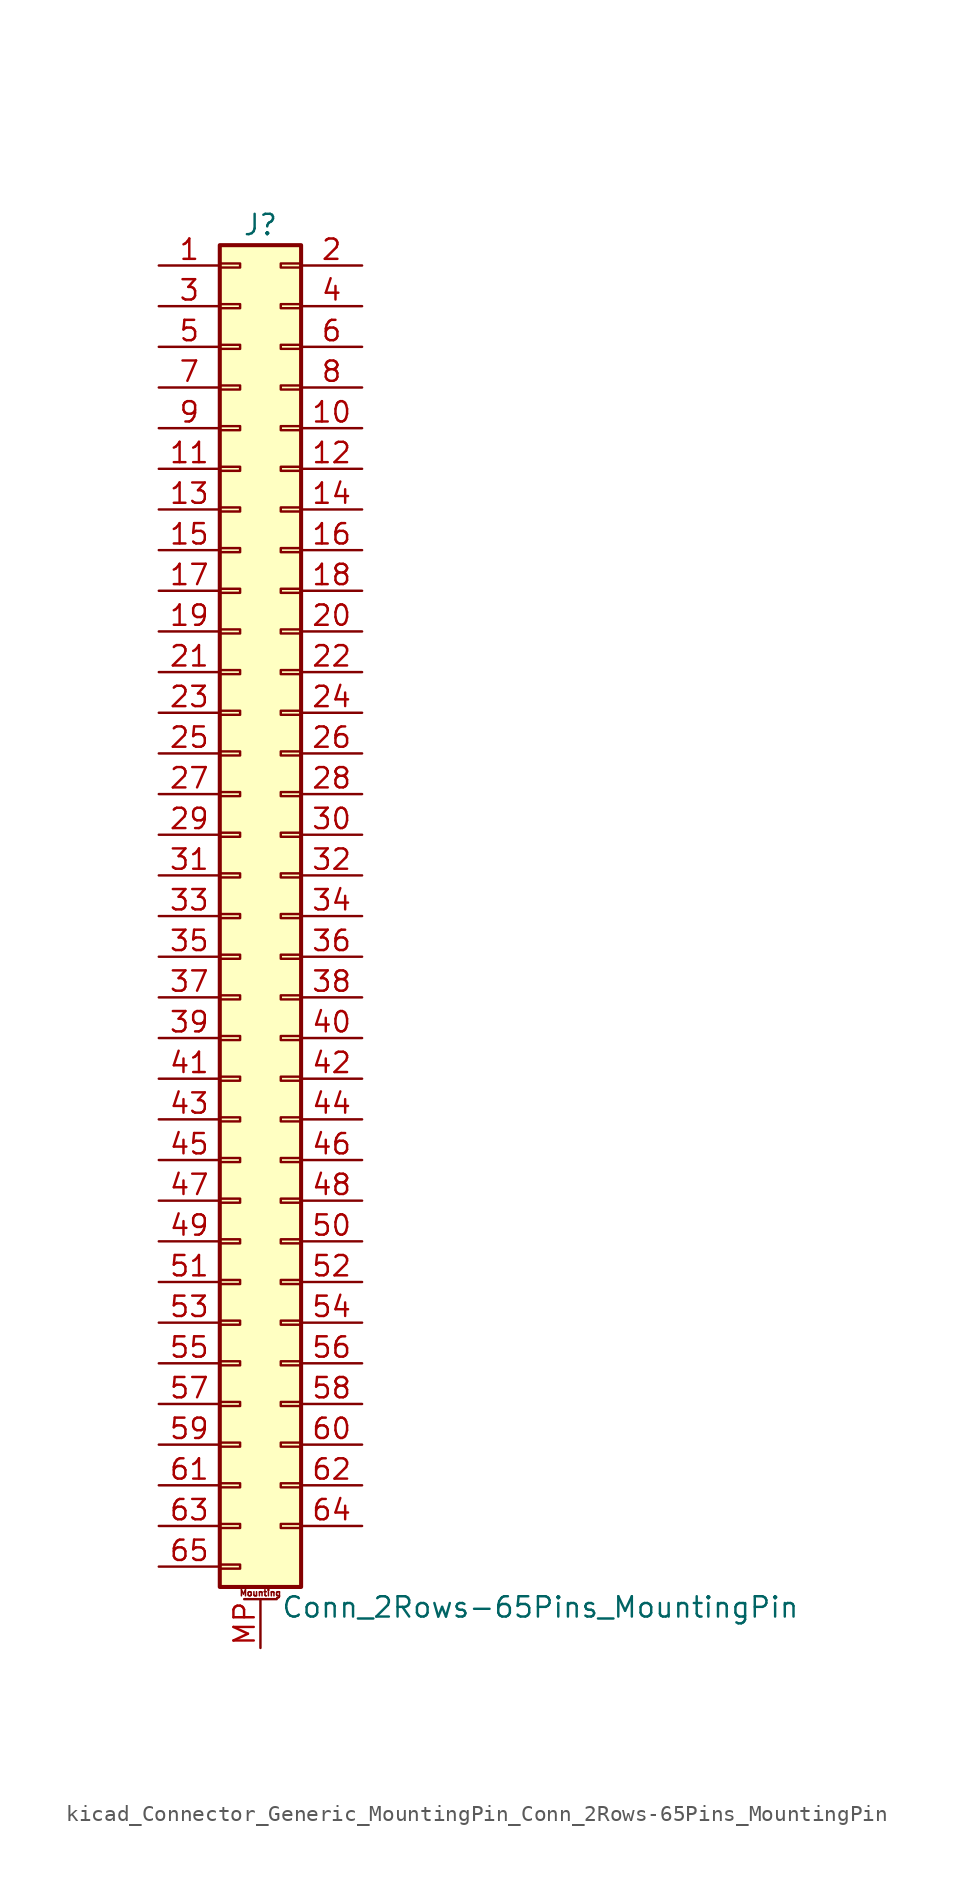
<source format=kicad_sym>
(kicad_symbol_lib
  (version 20220914)
  (generator kicad_symbol_editor)
  (symbol "kicad_Connector_Generic_MountingPin_Conn_2Rows-65Pins_MountingPin"
    (pin_names
      (offset 1.016) hide)
    (property "Reference" "J"
      (at 1.27 43.18 0)
      (effects (font (size 1.27 1.27))))
    (property "Value" "Conn_2Rows-65Pins_MountingPin"
      (at 2.54 -43.18 0)
      (effects (font (size 1.27 1.27)) (justify left)))
    (symbol "kicad_Connector_Generic_MountingPin_Conn_2Rows-65Pins_MountingPin_1_1"
      (rectangle (start -1.27 -40.513) (end 0 -40.767) (stroke (width 0.152) (type default)) (fill (type none)))
      (rectangle (start -1.27 -37.973) (end 0 -38.227) (stroke (width 0.152) (type default)) (fill (type none)))
      (rectangle (start -1.27 -35.433) (end 0 -35.687) (stroke (width 0.152) (type default)) (fill (type none)))
      (rectangle (start -1.27 -32.893) (end 0 -33.147) (stroke (width 0.152) (type default)) (fill (type none)))
      (rectangle (start -1.27 -30.353) (end 0 -30.607) (stroke (width 0.152) (type default)) (fill (type none)))
      (rectangle (start -1.27 -27.813) (end 0 -28.067) (stroke (width 0.152) (type default)) (fill (type none)))
      (rectangle (start -1.27 -25.273) (end 0 -25.527) (stroke (width 0.152) (type default)) (fill (type none)))
      (rectangle (start -1.27 -22.733) (end 0 -22.987) (stroke (width 0.152) (type default)) (fill (type none)))
      (rectangle (start -1.27 -20.193) (end 0 -20.447) (stroke (width 0.152) (type default)) (fill (type none)))
      (rectangle (start -1.27 -17.653) (end 0 -17.907) (stroke (width 0.152) (type default)) (fill (type none)))
      (rectangle (start -1.27 -15.113) (end 0 -15.367) (stroke (width 0.152) (type default)) (fill (type none)))
      (rectangle (start -1.27 -12.573) (end 0 -12.827) (stroke (width 0.152) (type default)) (fill (type none)))
      (rectangle (start -1.27 -10.033) (end 0 -10.287) (stroke (width 0.152) (type default)) (fill (type none)))
      (rectangle (start -1.27 -7.493) (end 0 -7.747) (stroke (width 0.152) (type default)) (fill (type none)))
      (rectangle (start -1.27 -4.953) (end 0 -5.207) (stroke (width 0.152) (type default)) (fill (type none)))
      (rectangle (start -1.27 -2.413) (end 0 -2.667) (stroke (width 0.152) (type default)) (fill (type none)))
      (rectangle (start -1.27 0.127) (end 0 -0.127) (stroke (width 0.152) (type default)) (fill (type none)))
      (rectangle (start -1.27 2.667) (end 0 2.413) (stroke (width 0.152) (type default)) (fill (type none)))
      (rectangle (start -1.27 5.207) (end 0 4.953) (stroke (width 0.152) (type default)) (fill (type none)))
      (rectangle (start -1.27 7.747) (end 0 7.493) (stroke (width 0.152) (type default)) (fill (type none)))
      (rectangle (start -1.27 10.287) (end 0 10.033) (stroke (width 0.152) (type default)) (fill (type none)))
      (rectangle (start -1.27 12.827) (end 0 12.573) (stroke (width 0.152) (type default)) (fill (type none)))
      (rectangle (start -1.27 15.367) (end 0 15.113) (stroke (width 0.152) (type default)) (fill (type none)))
      (rectangle (start -1.27 17.907) (end 0 17.653) (stroke (width 0.152) (type default)) (fill (type none)))
      (rectangle (start -1.27 20.447) (end 0 20.193) (stroke (width 0.152) (type default)) (fill (type none)))
      (rectangle (start -1.27 22.987) (end 0 22.733) (stroke (width 0.152) (type default)) (fill (type none)))
      (rectangle (start -1.27 25.527) (end 0 25.273) (stroke (width 0.152) (type default)) (fill (type none)))
      (rectangle (start -1.27 28.067) (end 0 27.813) (stroke (width 0.152) (type default)) (fill (type none)))
      (rectangle (start -1.27 30.607) (end 0 30.353) (stroke (width 0.152) (type default)) (fill (type none)))
      (rectangle (start -1.27 33.147) (end 0 32.893) (stroke (width 0.152) (type default)) (fill (type none)))
      (rectangle (start -1.27 35.687) (end 0 35.433) (stroke (width 0.152) (type default)) (fill (type none)))
      (rectangle (start -1.27 38.227) (end 0 37.973) (stroke (width 0.152) (type default)) (fill (type none)))
      (rectangle (start -1.27 40.767) (end 0 40.513) (stroke (width 0.152) (type default)) (fill (type none)))
      (rectangle (start -1.27 41.91) (end 3.81 -41.91) (stroke (width 0.254) (type default)) (fill (type background)))
      (polyline (pts (xy 0.254 -42.672) (xy 2.286 -42.672)) (stroke (width 0.152) (type default)) (fill (type none)))
      (rectangle (start 3.81 -37.973) (end 2.54 -38.227) (stroke (width 0.152) (type default)) (fill (type none)))
      (rectangle (start 3.81 -35.433) (end 2.54 -35.687) (stroke (width 0.152) (type default)) (fill (type none)))
      (rectangle (start 3.81 -32.893) (end 2.54 -33.147) (stroke (width 0.152) (type default)) (fill (type none)))
      (rectangle (start 3.81 -30.353) (end 2.54 -30.607) (stroke (width 0.152) (type default)) (fill (type none)))
      (rectangle (start 3.81 -27.813) (end 2.54 -28.067) (stroke (width 0.152) (type default)) (fill (type none)))
      (rectangle (start 3.81 -25.273) (end 2.54 -25.527) (stroke (width 0.152) (type default)) (fill (type none)))
      (rectangle (start 3.81 -22.733) (end 2.54 -22.987) (stroke (width 0.152) (type default)) (fill (type none)))
      (rectangle (start 3.81 -20.193) (end 2.54 -20.447) (stroke (width 0.152) (type default)) (fill (type none)))
      (rectangle (start 3.81 -17.653) (end 2.54 -17.907) (stroke (width 0.152) (type default)) (fill (type none)))
      (rectangle (start 3.81 -15.113) (end 2.54 -15.367) (stroke (width 0.152) (type default)) (fill (type none)))
      (rectangle (start 3.81 -12.573) (end 2.54 -12.827) (stroke (width 0.152) (type default)) (fill (type none)))
      (rectangle (start 3.81 -10.033) (end 2.54 -10.287) (stroke (width 0.152) (type default)) (fill (type none)))
      (rectangle (start 3.81 -7.493) (end 2.54 -7.747) (stroke (width 0.152) (type default)) (fill (type none)))
      (rectangle (start 3.81 -4.953) (end 2.54 -5.207) (stroke (width 0.152) (type default)) (fill (type none)))
      (rectangle (start 3.81 -2.413) (end 2.54 -2.667) (stroke (width 0.152) (type default)) (fill (type none)))
      (rectangle (start 3.81 0.127) (end 2.54 -0.127) (stroke (width 0.152) (type default)) (fill (type none)))
      (rectangle (start 3.81 2.667) (end 2.54 2.413) (stroke (width 0.152) (type default)) (fill (type none)))
      (rectangle (start 3.81 5.207) (end 2.54 4.953) (stroke (width 0.152) (type default)) (fill (type none)))
      (rectangle (start 3.81 7.747) (end 2.54 7.493) (stroke (width 0.152) (type default)) (fill (type none)))
      (rectangle (start 3.81 10.287) (end 2.54 10.033) (stroke (width 0.152) (type default)) (fill (type none)))
      (rectangle (start 3.81 12.827) (end 2.54 12.573) (stroke (width 0.152) (type default)) (fill (type none)))
      (rectangle (start 3.81 15.367) (end 2.54 15.113) (stroke (width 0.152) (type default)) (fill (type none)))
      (rectangle (start 3.81 17.907) (end 2.54 17.653) (stroke (width 0.152) (type default)) (fill (type none)))
      (rectangle (start 3.81 20.447) (end 2.54 20.193) (stroke (width 0.152) (type default)) (fill (type none)))
      (rectangle (start 3.81 22.987) (end 2.54 22.733) (stroke (width 0.152) (type default)) (fill (type none)))
      (rectangle (start 3.81 25.527) (end 2.54 25.273) (stroke (width 0.152) (type default)) (fill (type none)))
      (rectangle (start 3.81 28.067) (end 2.54 27.813) (stroke (width 0.152) (type default)) (fill (type none)))
      (rectangle (start 3.81 30.607) (end 2.54 30.353) (stroke (width 0.152) (type default)) (fill (type none)))
      (rectangle (start 3.81 33.147) (end 2.54 32.893) (stroke (width 0.152) (type default)) (fill (type none)))
      (rectangle (start 3.81 35.687) (end 2.54 35.433) (stroke (width 0.152) (type default)) (fill (type none)))
      (rectangle (start 3.81 38.227) (end 2.54 37.973) (stroke (width 0.152) (type default)) (fill (type none)))
      (rectangle (start 3.81 40.767) (end 2.54 40.513) (stroke (width 0.152) (type default)) (fill (type none)))
      (text "Mounting" (at 1.27 -42.291 0) (effects (font (size 0.381 0.381))))
      (pin passive line (at -5.08 40.64 0) (length 3.81) (name "Pin_1" (effects (font (size 1.27 1.27)))) (number "1" (effects (font (size 1.27 1.27)))))
      (pin passive line (at 7.62 30.48 180) (length 3.81) (name "Pin_10" (effects (font (size 1.27 1.27)))) (number "10" (effects (font (size 1.27 1.27)))))
      (pin passive line (at -5.08 27.94 0) (length 3.81) (name "Pin_11" (effects (font (size 1.27 1.27)))) (number "11" (effects (font (size 1.27 1.27)))))
      (pin passive line (at 7.62 27.94 180) (length 3.81) (name "Pin_12" (effects (font (size 1.27 1.27)))) (number "12" (effects (font (size 1.27 1.27)))))
      (pin passive line (at -5.08 25.4 0) (length 3.81) (name "Pin_13" (effects (font (size 1.27 1.27)))) (number "13" (effects (font (size 1.27 1.27)))))
      (pin passive line (at 7.62 25.4 180) (length 3.81) (name "Pin_14" (effects (font (size 1.27 1.27)))) (number "14" (effects (font (size 1.27 1.27)))))
      (pin passive line (at -5.08 22.86 0) (length 3.81) (name "Pin_15" (effects (font (size 1.27 1.27)))) (number "15" (effects (font (size 1.27 1.27)))))
      (pin passive line (at 7.62 22.86 180) (length 3.81) (name "Pin_16" (effects (font (size 1.27 1.27)))) (number "16" (effects (font (size 1.27 1.27)))))
      (pin passive line (at -5.08 20.32 0) (length 3.81) (name "Pin_17" (effects (font (size 1.27 1.27)))) (number "17" (effects (font (size 1.27 1.27)))))
      (pin passive line (at 7.62 20.32 180) (length 3.81) (name "Pin_18" (effects (font (size 1.27 1.27)))) (number "18" (effects (font (size 1.27 1.27)))))
      (pin passive line (at -5.08 17.78 0) (length 3.81) (name "Pin_19" (effects (font (size 1.27 1.27)))) (number "19" (effects (font (size 1.27 1.27)))))
      (pin passive line (at 7.62 40.64 180) (length 3.81) (name "Pin_2" (effects (font (size 1.27 1.27)))) (number "2" (effects (font (size 1.27 1.27)))))
      (pin passive line (at 7.62 17.78 180) (length 3.81) (name "Pin_20" (effects (font (size 1.27 1.27)))) (number "20" (effects (font (size 1.27 1.27)))))
      (pin passive line (at -5.08 15.24 0) (length 3.81) (name "Pin_21" (effects (font (size 1.27 1.27)))) (number "21" (effects (font (size 1.27 1.27)))))
      (pin passive line (at 7.62 15.24 180) (length 3.81) (name "Pin_22" (effects (font (size 1.27 1.27)))) (number "22" (effects (font (size 1.27 1.27)))))
      (pin passive line (at -5.08 12.7 0) (length 3.81) (name "Pin_23" (effects (font (size 1.27 1.27)))) (number "23" (effects (font (size 1.27 1.27)))))
      (pin passive line (at 7.62 12.7 180) (length 3.81) (name "Pin_24" (effects (font (size 1.27 1.27)))) (number "24" (effects (font (size 1.27 1.27)))))
      (pin passive line (at -5.08 10.16 0) (length 3.81) (name "Pin_25" (effects (font (size 1.27 1.27)))) (number "25" (effects (font (size 1.27 1.27)))))
      (pin passive line (at 7.62 10.16 180) (length 3.81) (name "Pin_26" (effects (font (size 1.27 1.27)))) (number "26" (effects (font (size 1.27 1.27)))))
      (pin passive line (at -5.08 7.62 0) (length 3.81) (name "Pin_27" (effects (font (size 1.27 1.27)))) (number "27" (effects (font (size 1.27 1.27)))))
      (pin passive line (at 7.62 7.62 180) (length 3.81) (name "Pin_28" (effects (font (size 1.27 1.27)))) (number "28" (effects (font (size 1.27 1.27)))))
      (pin passive line (at -5.08 5.08 0) (length 3.81) (name "Pin_29" (effects (font (size 1.27 1.27)))) (number "29" (effects (font (size 1.27 1.27)))))
      (pin passive line (at -5.08 38.1 0) (length 3.81) (name "Pin_3" (effects (font (size 1.27 1.27)))) (number "3" (effects (font (size 1.27 1.27)))))
      (pin passive line (at 7.62 5.08 180) (length 3.81) (name "Pin_30" (effects (font (size 1.27 1.27)))) (number "30" (effects (font (size 1.27 1.27)))))
      (pin passive line (at -5.08 2.54 0) (length 3.81) (name "Pin_31" (effects (font (size 1.27 1.27)))) (number "31" (effects (font (size 1.27 1.27)))))
      (pin passive line (at 7.62 2.54 180) (length 3.81) (name "Pin_32" (effects (font (size 1.27 1.27)))) (number "32" (effects (font (size 1.27 1.27)))))
      (pin passive line (at -5.08 0 0) (length 3.81) (name "Pin_33" (effects (font (size 1.27 1.27)))) (number "33" (effects (font (size 1.27 1.27)))))
      (pin passive line (at 7.62 0 180) (length 3.81) (name "Pin_34" (effects (font (size 1.27 1.27)))) (number "34" (effects (font (size 1.27 1.27)))))
      (pin passive line (at -5.08 -2.54 0) (length 3.81) (name "Pin_35" (effects (font (size 1.27 1.27)))) (number "35" (effects (font (size 1.27 1.27)))))
      (pin passive line (at 7.62 -2.54 180) (length 3.81) (name "Pin_36" (effects (font (size 1.27 1.27)))) (number "36" (effects (font (size 1.27 1.27)))))
      (pin passive line (at -5.08 -5.08 0) (length 3.81) (name "Pin_37" (effects (font (size 1.27 1.27)))) (number "37" (effects (font (size 1.27 1.27)))))
      (pin passive line (at 7.62 -5.08 180) (length 3.81) (name "Pin_38" (effects (font (size 1.27 1.27)))) (number "38" (effects (font (size 1.27 1.27)))))
      (pin passive line (at -5.08 -7.62 0) (length 3.81) (name "Pin_39" (effects (font (size 1.27 1.27)))) (number "39" (effects (font (size 1.27 1.27)))))
      (pin passive line (at 7.62 38.1 180) (length 3.81) (name "Pin_4" (effects (font (size 1.27 1.27)))) (number "4" (effects (font (size 1.27 1.27)))))
      (pin passive line (at 7.62 -7.62 180) (length 3.81) (name "Pin_40" (effects (font (size 1.27 1.27)))) (number "40" (effects (font (size 1.27 1.27)))))
      (pin passive line (at -5.08 -10.16 0) (length 3.81) (name "Pin_41" (effects (font (size 1.27 1.27)))) (number "41" (effects (font (size 1.27 1.27)))))
      (pin passive line (at 7.62 -10.16 180) (length 3.81) (name "Pin_42" (effects (font (size 1.27 1.27)))) (number "42" (effects (font (size 1.27 1.27)))))
      (pin passive line (at -5.08 -12.7 0) (length 3.81) (name "Pin_43" (effects (font (size 1.27 1.27)))) (number "43" (effects (font (size 1.27 1.27)))))
      (pin passive line (at 7.62 -12.7 180) (length 3.81) (name "Pin_44" (effects (font (size 1.27 1.27)))) (number "44" (effects (font (size 1.27 1.27)))))
      (pin passive line (at -5.08 -15.24 0) (length 3.81) (name "Pin_45" (effects (font (size 1.27 1.27)))) (number "45" (effects (font (size 1.27 1.27)))))
      (pin passive line (at 7.62 -15.24 180) (length 3.81) (name "Pin_46" (effects (font (size 1.27 1.27)))) (number "46" (effects (font (size 1.27 1.27)))))
      (pin passive line (at -5.08 -17.78 0) (length 3.81) (name "Pin_47" (effects (font (size 1.27 1.27)))) (number "47" (effects (font (size 1.27 1.27)))))
      (pin passive line (at 7.62 -17.78 180) (length 3.81) (name "Pin_48" (effects (font (size 1.27 1.27)))) (number "48" (effects (font (size 1.27 1.27)))))
      (pin passive line (at -5.08 -20.32 0) (length 3.81) (name "Pin_49" (effects (font (size 1.27 1.27)))) (number "49" (effects (font (size 1.27 1.27)))))
      (pin passive line (at -5.08 35.56 0) (length 3.81) (name "Pin_5" (effects (font (size 1.27 1.27)))) (number "5" (effects (font (size 1.27 1.27)))))
      (pin passive line (at 7.62 -20.32 180) (length 3.81) (name "Pin_50" (effects (font (size 1.27 1.27)))) (number "50" (effects (font (size 1.27 1.27)))))
      (pin passive line (at -5.08 -22.86 0) (length 3.81) (name "Pin_51" (effects (font (size 1.27 1.27)))) (number "51" (effects (font (size 1.27 1.27)))))
      (pin passive line (at 7.62 -22.86 180) (length 3.81) (name "Pin_52" (effects (font (size 1.27 1.27)))) (number "52" (effects (font (size 1.27 1.27)))))
      (pin passive line (at -5.08 -25.4 0) (length 3.81) (name "Pin_53" (effects (font (size 1.27 1.27)))) (number "53" (effects (font (size 1.27 1.27)))))
      (pin passive line (at 7.62 -25.4 180) (length 3.81) (name "Pin_54" (effects (font (size 1.27 1.27)))) (number "54" (effects (font (size 1.27 1.27)))))
      (pin passive line (at -5.08 -27.94 0) (length 3.81) (name "Pin_55" (effects (font (size 1.27 1.27)))) (number "55" (effects (font (size 1.27 1.27)))))
      (pin passive line (at 7.62 -27.94 180) (length 3.81) (name "Pin_56" (effects (font (size 1.27 1.27)))) (number "56" (effects (font (size 1.27 1.27)))))
      (pin passive line (at -5.08 -30.48 0) (length 3.81) (name "Pin_57" (effects (font (size 1.27 1.27)))) (number "57" (effects (font (size 1.27 1.27)))))
      (pin passive line (at 7.62 -30.48 180) (length 3.81) (name "Pin_58" (effects (font (size 1.27 1.27)))) (number "58" (effects (font (size 1.27 1.27)))))
      (pin passive line (at -5.08 -33.02 0) (length 3.81) (name "Pin_59" (effects (font (size 1.27 1.27)))) (number "59" (effects (font (size 1.27 1.27)))))
      (pin passive line (at 7.62 35.56 180) (length 3.81) (name "Pin_6" (effects (font (size 1.27 1.27)))) (number "6" (effects (font (size 1.27 1.27)))))
      (pin passive line (at 7.62 -33.02 180) (length 3.81) (name "Pin_60" (effects (font (size 1.27 1.27)))) (number "60" (effects (font (size 1.27 1.27)))))
      (pin passive line (at -5.08 -35.56 0) (length 3.81) (name "Pin_61" (effects (font (size 1.27 1.27)))) (number "61" (effects (font (size 1.27 1.27)))))
      (pin passive line (at 7.62 -35.56 180) (length 3.81) (name "Pin_62" (effects (font (size 1.27 1.27)))) (number "62" (effects (font (size 1.27 1.27)))))
      (pin passive line (at -5.08 -38.1 0) (length 3.81) (name "Pin_63" (effects (font (size 1.27 1.27)))) (number "63" (effects (font (size 1.27 1.27)))))
      (pin passive line (at 7.62 -38.1 180) (length 3.81) (name "Pin_64" (effects (font (size 1.27 1.27)))) (number "64" (effects (font (size 1.27 1.27)))))
      (pin passive line (at -5.08 -40.64 0) (length 3.81) (name "Pin_65" (effects (font (size 1.27 1.27)))) (number "65" (effects (font (size 1.27 1.27)))))
      (pin passive line (at -5.08 33.02 0) (length 3.81) (name "Pin_7" (effects (font (size 1.27 1.27)))) (number "7" (effects (font (size 1.27 1.27)))))
      (pin passive line (at 7.62 33.02 180) (length 3.81) (name "Pin_8" (effects (font (size 1.27 1.27)))) (number "8" (effects (font (size 1.27 1.27)))))
      (pin passive line (at -5.08 30.48 0) (length 3.81) (name "Pin_9" (effects (font (size 1.27 1.27)))) (number "9" (effects (font (size 1.27 1.27)))))
      (pin passive line (at 1.27 -45.72 90) (length 3.048) (name "MountPin" (effects (font (size 1.27 1.27)))) (number "MP" (effects (font (size 1.27 1.27))))))))
</source>
